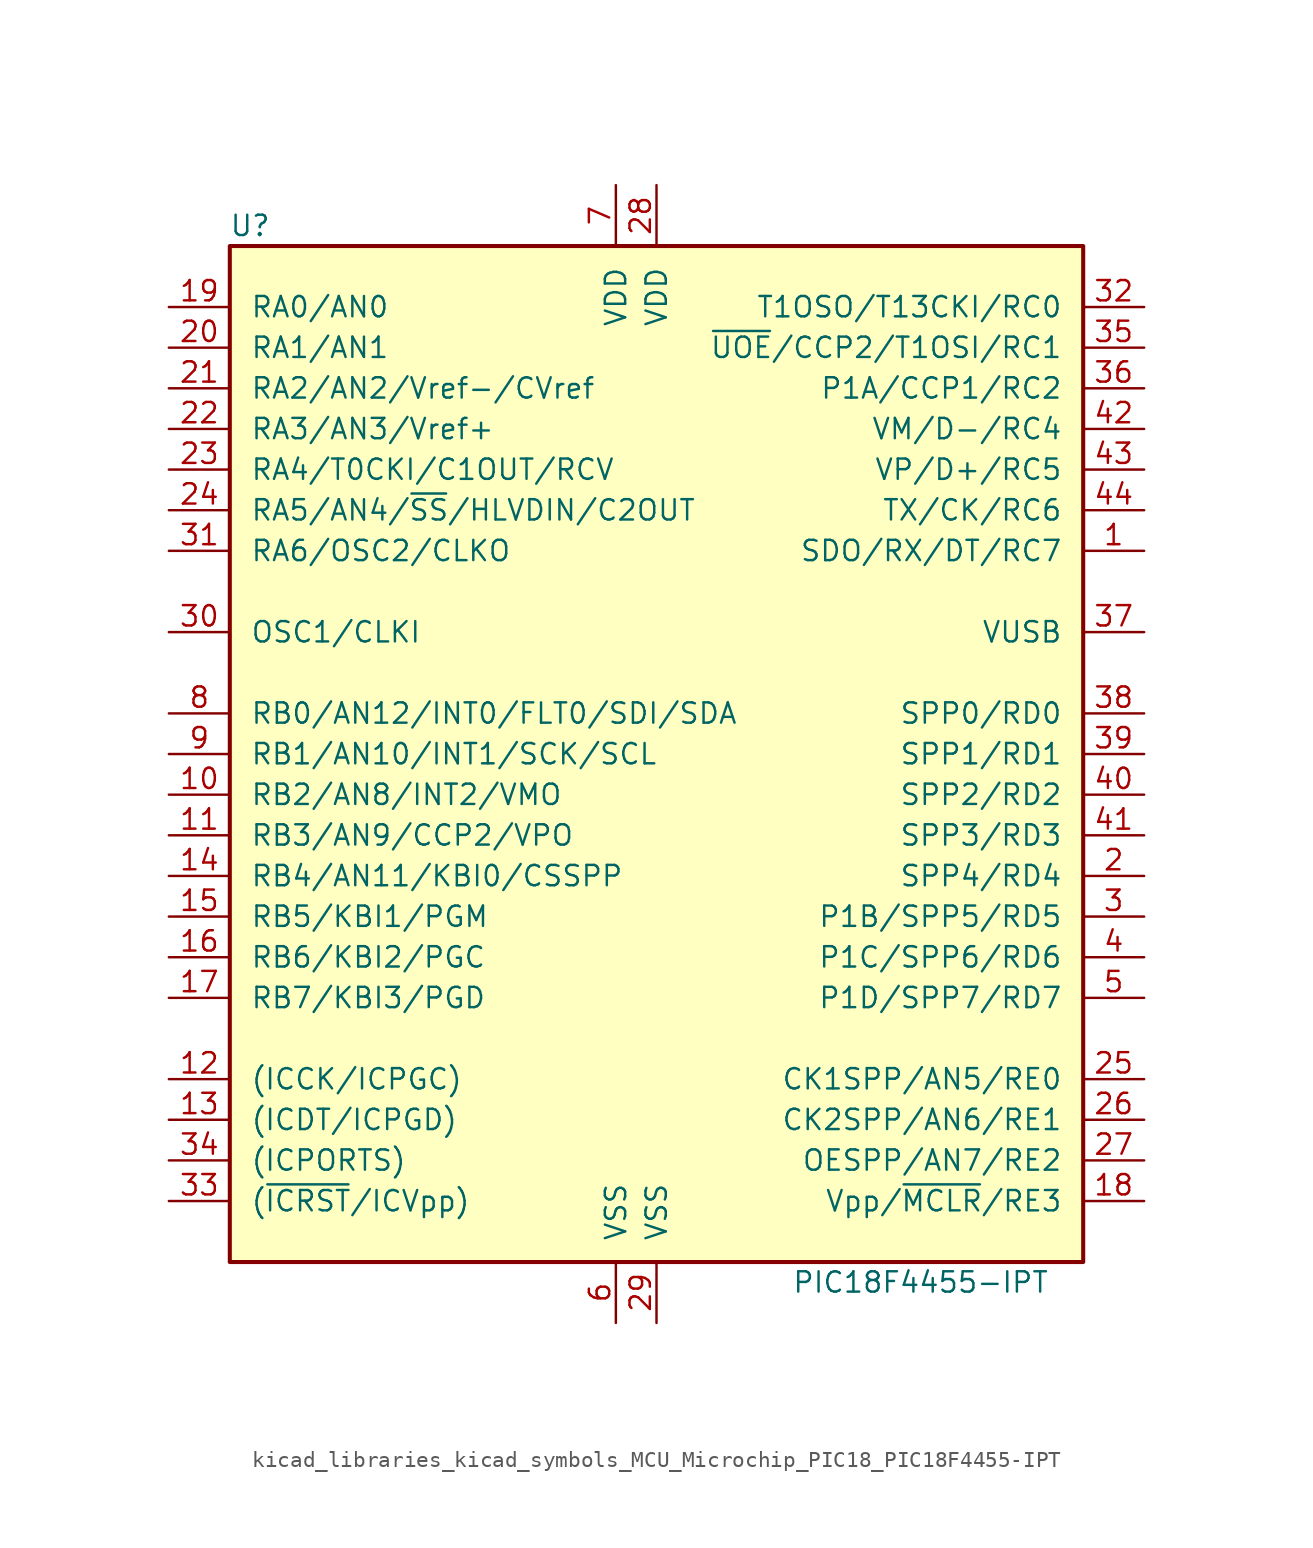
<source format=kicad_sym>
(kicad_symbol_lib
  (version 20220914)
  (generator kicad_symbol_editor)
  (symbol "kicad_libraries_kicad_symbols_MCU_Microchip_PIC18_PIC18F4455-IPT"
    (pin_names
      (offset 1.27))
    (property "Reference" "U"
      (at -25.4 33.02 0)
      (effects (font (size 1.27 1.27))))
    (property "Value" "PIC18F4455-IPT"
      (at 16.51 -33.02 0)
      (effects (font (size 1.27 1.27))))
    (symbol "kicad_libraries_kicad_symbols_MCU_Microchip_PIC18_PIC18F4455-IPT_0_1"
      (rectangle (start -26.67 31.75) (end 26.67 -31.75) (stroke (width 0.254) (type default)) (fill (type background))))
    (symbol "kicad_libraries_kicad_symbols_MCU_Microchip_PIC18_PIC18F4455-IPT_1_1"
      (pin bidirectional line (at 30.48 12.7 180) (length 3.81) (name "SDO/RX/DT/RC7" (effects (font (size 1.27 1.27)))) (number "1" (effects (font (size 1.27 1.27)))))
      (pin bidirectional line (at -30.48 -2.54 0) (length 3.81) (name "RB2/AN8/INT2/VMO" (effects (font (size 1.27 1.27)))) (number "10" (effects (font (size 1.27 1.27)))))
      (pin bidirectional line (at -30.48 -5.08 0) (length 3.81) (name "RB3/AN9/CCP2/VPO" (effects (font (size 1.27 1.27)))) (number "11" (effects (font (size 1.27 1.27)))))
      (pin bidirectional line (at -30.48 -20.32 0) (length 3.81) (name "(ICCK/ICPGC)" (effects (font (size 1.27 1.27)))) (number "12" (effects (font (size 1.27 1.27)))))
      (pin bidirectional line (at -30.48 -22.86 0) (length 3.81) (name "(ICDT/ICPGD)" (effects (font (size 1.27 1.27)))) (number "13" (effects (font (size 1.27 1.27)))))
      (pin bidirectional line (at -30.48 -7.62 0) (length 3.81) (name "RB4/AN11/KBI0/CSSPP" (effects (font (size 1.27 1.27)))) (number "14" (effects (font (size 1.27 1.27)))))
      (pin bidirectional line (at -30.48 -10.16 0) (length 3.81) (name "RB5/KBI1/PGM" (effects (font (size 1.27 1.27)))) (number "15" (effects (font (size 1.27 1.27)))))
      (pin bidirectional line (at -30.48 -12.7 0) (length 3.81) (name "RB6/KBI2/PGC" (effects (font (size 1.27 1.27)))) (number "16" (effects (font (size 1.27 1.27)))))
      (pin bidirectional line (at -30.48 -15.24 0) (length 3.81) (name "RB7/KBI3/PGD" (effects (font (size 1.27 1.27)))) (number "17" (effects (font (size 1.27 1.27)))))
      (pin input line (at 30.48 -27.94 180) (length 3.81) (name "Vpp/~{MCLR}/RE3" (effects (font (size 1.27 1.27)))) (number "18" (effects (font (size 1.27 1.27)))))
      (pin bidirectional line (at -30.48 27.94 0) (length 3.81) (name "RA0/AN0" (effects (font (size 1.27 1.27)))) (number "19" (effects (font (size 1.27 1.27)))))
      (pin bidirectional line (at 30.48 -7.62 180) (length 3.81) (name "SPP4/RD4" (effects (font (size 1.27 1.27)))) (number "2" (effects (font (size 1.27 1.27)))))
      (pin bidirectional line (at -30.48 25.4 0) (length 3.81) (name "RA1/AN1" (effects (font (size 1.27 1.27)))) (number "20" (effects (font (size 1.27 1.27)))))
      (pin bidirectional line (at -30.48 22.86 0) (length 3.81) (name "RA2/AN2/Vref-/CVref" (effects (font (size 1.27 1.27)))) (number "21" (effects (font (size 1.27 1.27)))))
      (pin bidirectional line (at -30.48 20.32 0) (length 3.81) (name "RA3/AN3/Vref+" (effects (font (size 1.27 1.27)))) (number "22" (effects (font (size 1.27 1.27)))))
      (pin bidirectional line (at -30.48 17.78 0) (length 3.81) (name "RA4/T0CKI/C1OUT/RCV" (effects (font (size 1.27 1.27)))) (number "23" (effects (font (size 1.27 1.27)))))
      (pin bidirectional line (at -30.48 15.24 0) (length 3.81) (name "RA5/AN4/~{SS}/HLVDIN/C2OUT" (effects (font (size 1.27 1.27)))) (number "24" (effects (font (size 1.27 1.27)))))
      (pin bidirectional line (at 30.48 -20.32 180) (length 3.81) (name "CK1SPP/AN5/RE0" (effects (font (size 1.27 1.27)))) (number "25" (effects (font (size 1.27 1.27)))))
      (pin bidirectional line (at 30.48 -22.86 180) (length 3.81) (name "CK2SPP/AN6/RE1" (effects (font (size 1.27 1.27)))) (number "26" (effects (font (size 1.27 1.27)))))
      (pin bidirectional line (at 30.48 -25.4 180) (length 3.81) (name "OESPP/AN7/RE2" (effects (font (size 1.27 1.27)))) (number "27" (effects (font (size 1.27 1.27)))))
      (pin power_in line (at 0 35.56 270) (length 3.81) (name "VDD" (effects (font (size 1.27 1.27)))) (number "28" (effects (font (size 1.27 1.27)))))
      (pin power_in line (at 0 -35.56 90) (length 3.81) (name "VSS" (effects (font (size 1.27 1.27)))) (number "29" (effects (font (size 1.27 1.27)))))
      (pin bidirectional line (at 30.48 -10.16 180) (length 3.81) (name "P1B/SPP5/RD5" (effects (font (size 1.27 1.27)))) (number "3" (effects (font (size 1.27 1.27)))))
      (pin input line (at -30.48 7.62 0) (length 3.81) (name "OSC1/CLKI" (effects (font (size 1.27 1.27)))) (number "30" (effects (font (size 1.27 1.27)))))
      (pin output line (at -30.48 12.7 0) (length 3.81) (name "RA6/OSC2/CLKO" (effects (font (size 1.27 1.27)))) (number "31" (effects (font (size 1.27 1.27)))))
      (pin bidirectional line (at 30.48 27.94 180) (length 3.81) (name "T1OSO/T13CKI/RC0" (effects (font (size 1.27 1.27)))) (number "32" (effects (font (size 1.27 1.27)))))
      (pin input line (at -30.48 -27.94 0) (length 3.81) (name "(~{ICRST}/ICVpp)" (effects (font (size 1.27 1.27)))) (number "33" (effects (font (size 1.27 1.27)))))
      (pin bidirectional line (at -30.48 -25.4 0) (length 3.81) (name "(ICPORTS)" (effects (font (size 1.27 1.27)))) (number "34" (effects (font (size 1.27 1.27)))))
      (pin bidirectional line (at 30.48 25.4 180) (length 3.81) (name "~{UOE}/CCP2/T1OSI/RC1" (effects (font (size 1.27 1.27)))) (number "35" (effects (font (size 1.27 1.27)))))
      (pin bidirectional line (at 30.48 22.86 180) (length 3.81) (name "P1A/CCP1/RC2" (effects (font (size 1.27 1.27)))) (number "36" (effects (font (size 1.27 1.27)))))
      (pin bidirectional line (at 30.48 7.62 180) (length 3.81) (name "VUSB" (effects (font (size 1.27 1.27)))) (number "37" (effects (font (size 1.27 1.27)))))
      (pin bidirectional line (at 30.48 2.54 180) (length 3.81) (name "SPP0/RD0" (effects (font (size 1.27 1.27)))) (number "38" (effects (font (size 1.27 1.27)))))
      (pin bidirectional line (at 30.48 0 180) (length 3.81) (name "SPP1/RD1" (effects (font (size 1.27 1.27)))) (number "39" (effects (font (size 1.27 1.27)))))
      (pin bidirectional line (at 30.48 -12.7 180) (length 3.81) (name "P1C/SPP6/RD6" (effects (font (size 1.27 1.27)))) (number "4" (effects (font (size 1.27 1.27)))))
      (pin bidirectional line (at 30.48 -2.54 180) (length 3.81) (name "SPP2/RD2" (effects (font (size 1.27 1.27)))) (number "40" (effects (font (size 1.27 1.27)))))
      (pin bidirectional line (at 30.48 -5.08 180) (length 3.81) (name "SPP3/RD3" (effects (font (size 1.27 1.27)))) (number "41" (effects (font (size 1.27 1.27)))))
      (pin bidirectional line (at 30.48 20.32 180) (length 3.81) (name "VM/D-/RC4" (effects (font (size 1.27 1.27)))) (number "42" (effects (font (size 1.27 1.27)))))
      (pin bidirectional line (at 30.48 17.78 180) (length 3.81) (name "VP/D+/RC5" (effects (font (size 1.27 1.27)))) (number "43" (effects (font (size 1.27 1.27)))))
      (pin bidirectional line (at 30.48 15.24 180) (length 3.81) (name "TX/CK/RC6" (effects (font (size 1.27 1.27)))) (number "44" (effects (font (size 1.27 1.27)))))
      (pin bidirectional line (at 30.48 -15.24 180) (length 3.81) (name "P1D/SPP7/RD7" (effects (font (size 1.27 1.27)))) (number "5" (effects (font (size 1.27 1.27)))))
      (pin power_in line (at -2.54 -35.56 90) (length 3.81) (name "VSS" (effects (font (size 1.27 1.27)))) (number "6" (effects (font (size 1.27 1.27)))))
      (pin power_in line (at -2.54 35.56 270) (length 3.81) (name "VDD" (effects (font (size 1.27 1.27)))) (number "7" (effects (font (size 1.27 1.27)))))
      (pin bidirectional line (at -30.48 2.54 0) (length 3.81) (name "RB0/AN12/INT0/FLT0/SDI/SDA" (effects (font (size 1.27 1.27)))) (number "8" (effects (font (size 1.27 1.27)))))
      (pin bidirectional line (at -30.48 0 0) (length 3.81) (name "RB1/AN10/INT1/SCK/SCL" (effects (font (size 1.27 1.27)))) (number "9" (effects (font (size 1.27 1.27))))))))
</source>
